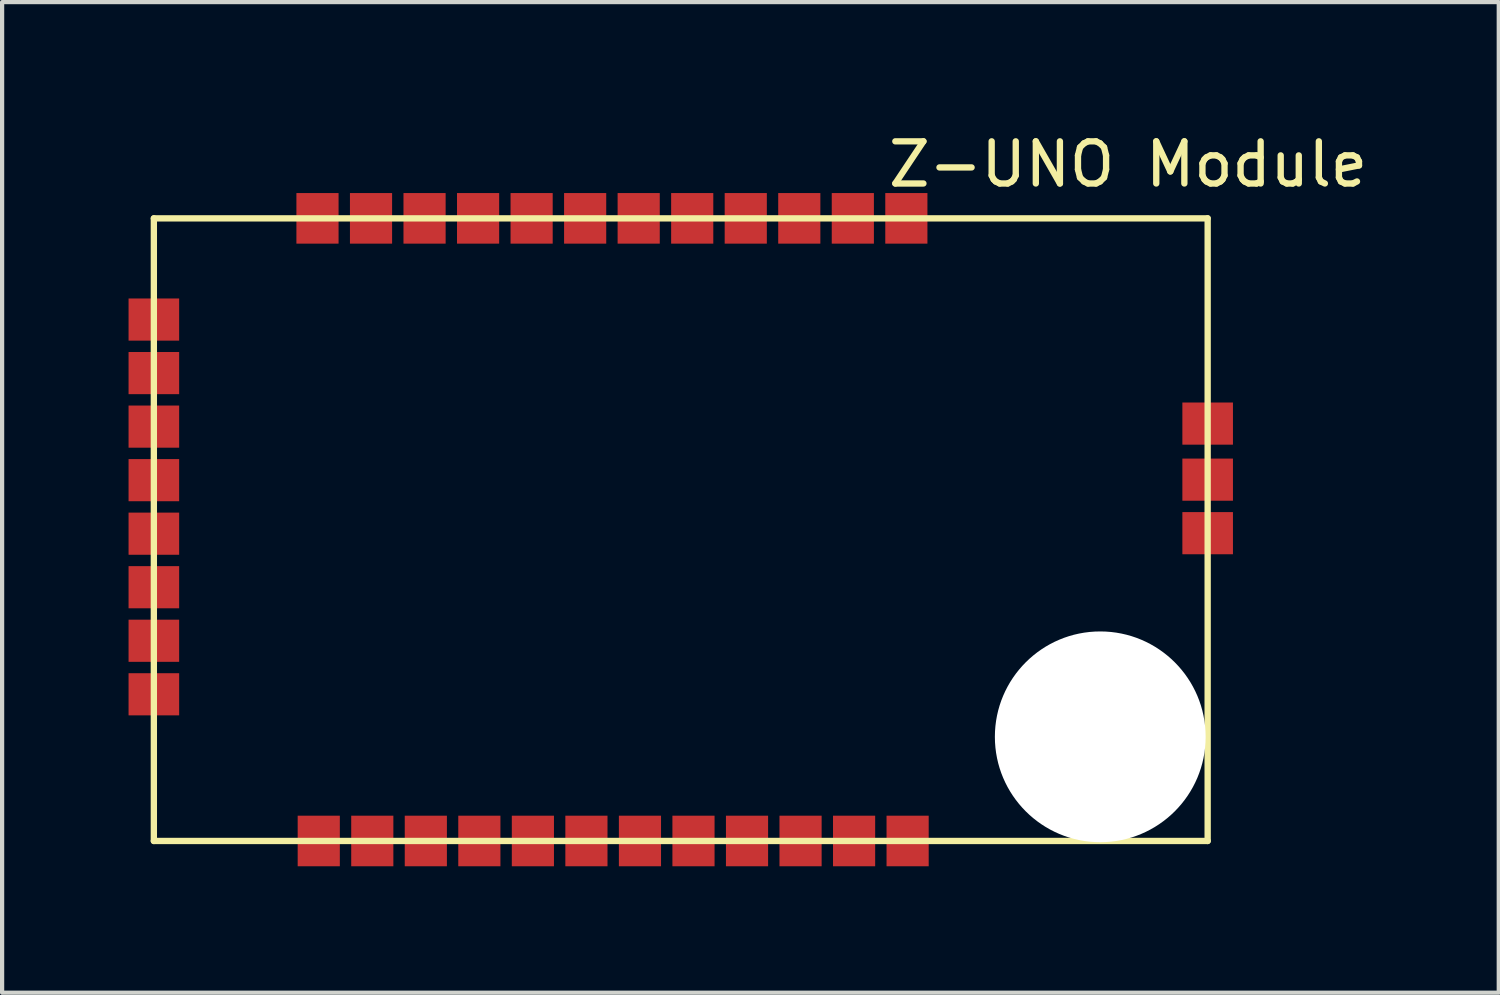
<source format=kicad_pcb>
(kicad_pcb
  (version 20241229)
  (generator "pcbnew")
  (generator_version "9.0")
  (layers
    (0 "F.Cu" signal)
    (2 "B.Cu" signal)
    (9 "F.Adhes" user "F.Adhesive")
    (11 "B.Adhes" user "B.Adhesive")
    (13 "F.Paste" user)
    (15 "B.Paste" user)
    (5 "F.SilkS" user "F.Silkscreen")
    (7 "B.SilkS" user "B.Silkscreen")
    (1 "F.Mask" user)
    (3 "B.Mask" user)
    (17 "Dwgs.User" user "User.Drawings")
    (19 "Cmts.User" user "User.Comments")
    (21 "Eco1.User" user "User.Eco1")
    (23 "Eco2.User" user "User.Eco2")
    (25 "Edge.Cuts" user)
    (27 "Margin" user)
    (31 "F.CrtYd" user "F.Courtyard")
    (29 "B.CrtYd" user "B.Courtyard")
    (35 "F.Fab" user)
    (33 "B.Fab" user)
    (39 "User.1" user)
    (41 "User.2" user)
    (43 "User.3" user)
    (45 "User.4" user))
  (footprint "Z-UNO Module"
    (layer "F.Cu")
    (at 0.6 13.421)
    (property "Reference" "Z-UNO Module" (at 23.114 -12.573 0) (layer "F.SilkS") (effects (font (size 1 1) (thickness 0.15))))
    (attr through_hole)
    (fp_line (start 0 -11.291) (end 25 -11.291) (stroke (width 0.15) (type solid)) (layer "F.SilkS"))
    (fp_line (start 0 3.48) (end 0 -11.291) (stroke (width 0.15) (type solid)) (layer "F.SilkS"))
    (fp_line (start 25 -11.291) (end 25 3.48) (stroke (width 0.15) (type solid)) (layer "F.SilkS"))
    (fp_line (start 25 3.48) (end 0 3.48) (stroke (width 0.15) (type solid)) (layer "F.SilkS"))
    (pad "" np_thru_hole circle (at 22.452 1.009) (size 5 5) (drill 5) (layers "*.Cu" "*.Mask"))
    (pad "0" smd rect (at 5.182 3.48) (size 1 1.2) (layers "F.Cu" "F.Mask" "F.Paste"))
    (pad "1" smd rect (at 6.452 3.48) (size 1 1.2) (layers "F.Cu" "F.Mask" "F.Paste"))
    (pad "2" smd rect (at 7.722 3.48) (size 1 1.2) (layers "F.Cu" "F.Mask" "F.Paste"))
    (pad "3" smd rect (at 11.532 3.48) (size 1 1.2) (layers "F.Cu" "F.Mask" "F.Paste"))
    (pad "4" smd rect (at 12.802 3.48) (size 1 1.2) (layers "F.Cu" "F.Mask" "F.Paste"))
    (pad "5" smd rect (at 14.072 3.48) (size 1 1.2) (layers "F.Cu" "F.Mask" "F.Paste"))
    (pad "6" smd rect (at 15.342 3.48) (size 1 1.2) (layers "F.Cu" "F.Mask" "F.Paste"))
    (pad "7" smd rect (at 16.612 3.48) (size 1 1.2) (layers "F.Cu" "F.Mask" "F.Paste"))
    (pad "8" smd rect (at 17.882 3.48) (size 1 1.2) (layers "F.Cu" "F.Mask" "F.Paste"))
    (pad "9" smd rect (at 17.852 -11.291) (size 1 1.2) (layers "F.Cu" "F.Mask" "F.Paste"))
    (pad "10" smd rect (at 16.582 -11.291) (size 1 1.2) (layers "F.Cu" "F.Mask" "F.Paste"))
    (pad "11" smd rect (at 15.312 -11.291) (size 1 1.2) (layers "F.Cu" "F.Mask" "F.Paste"))
    (pad "12" smd rect (at 14.042 -11.291) (size 1 1.2) (layers "F.Cu" "F.Mask" "F.Paste"))
    (pad "13" smd rect (at 12.772 -11.291) (size 1 1.2) (layers "F.Cu" "F.Mask" "F.Paste"))
    (pad "14" smd rect (at 11.502 -11.291) (size 1 1.2) (layers "F.Cu" "F.Mask" "F.Paste"))
    (pad "15" smd rect (at 10.232 -11.291) (size 1 1.2) (layers "F.Cu" "F.Mask" "F.Paste"))
    (pad "16" smd rect (at 8.962 -11.291) (size 1 1.2) (layers "F.Cu" "F.Mask" "F.Paste"))
    (pad "17" smd rect (at 7.692 -11.291) (size 1 1.2) (layers "F.Cu" "F.Mask" "F.Paste"))
    (pad "18" smd rect (at 6.422 -11.291) (size 1 1.2) (layers "F.Cu" "F.Mask" "F.Paste"))
    (pad "19" smd rect (at 5.152 -11.291) (size 1 1.2) (layers "F.Cu" "F.Mask" "F.Paste"))
    (pad "20" smd rect (at 3.882 -11.291) (size 1 1.2) (layers "F.Cu" "F.Mask" "F.Paste"))
    (pad "21" smd rect (at 0 -8.89) (size 1.2 1) (layers "F.Cu" "F.Mask" "F.Paste"))
    (pad "22" smd rect (at 0 -7.62) (size 1.2 1) (layers "F.Cu" "F.Mask" "F.Paste"))
    (pad "23" smd rect (at 0 -6.35) (size 1.2 1) (layers "F.Cu" "F.Mask" "F.Paste"))
    (pad "24" smd rect (at 8.992 3.48) (size 1 1.2) (layers "F.Cu" "F.Mask" "F.Paste"))
    (pad "25" smd rect (at 10.262 3.48) (size 1 1.2) (layers "F.Cu" "F.Mask" "F.Paste"))
    (pad "26" smd rect (at 0 -5.08) (size 1.2 1) (layers "F.Cu" "F.Mask" "F.Paste"))
    (pad "27" smd rect (at 0 -3.81) (size 1.2 1) (layers "F.Cu" "F.Mask" "F.Paste"))
    (pad "28" smd rect (at 0 -2.54) (size 1.2 1) (layers "F.Cu" "F.Mask" "F.Paste"))
    (pad "29" smd rect (at 0 -1.27) (size 1.2 1) (layers "F.Cu" "F.Mask" "F.Paste"))
    (pad "30" smd rect (at 0 0) (size 1.2 1) (layers "F.Cu" "F.Mask" "F.Paste"))
    (pad "31" smd rect (at 3.912 3.48) (size 1 1.2) (layers "F.Cu" "F.Mask" "F.Paste"))
    (pad "32" smd rect (at 25 -3.822) (size 1.2 1) (layers "F.Cu" "F.Mask" "F.Paste"))
    (pad "33" smd rect (at 25 -5.092) (size 1.2 1) (layers "F.Cu" "F.Mask" "F.Paste"))
    (pad "34" smd rect (at 25 -6.422) (size 1.2 1) (layers "F.Cu" "F.Mask" "F.Paste")))
  (gr_rect
    (start -3 -3)
    (end 32.506 20.501)
    (stroke (width 0.1) (type default))
    (fill no)
    (layer "Edge.Cuts")))
</source>
